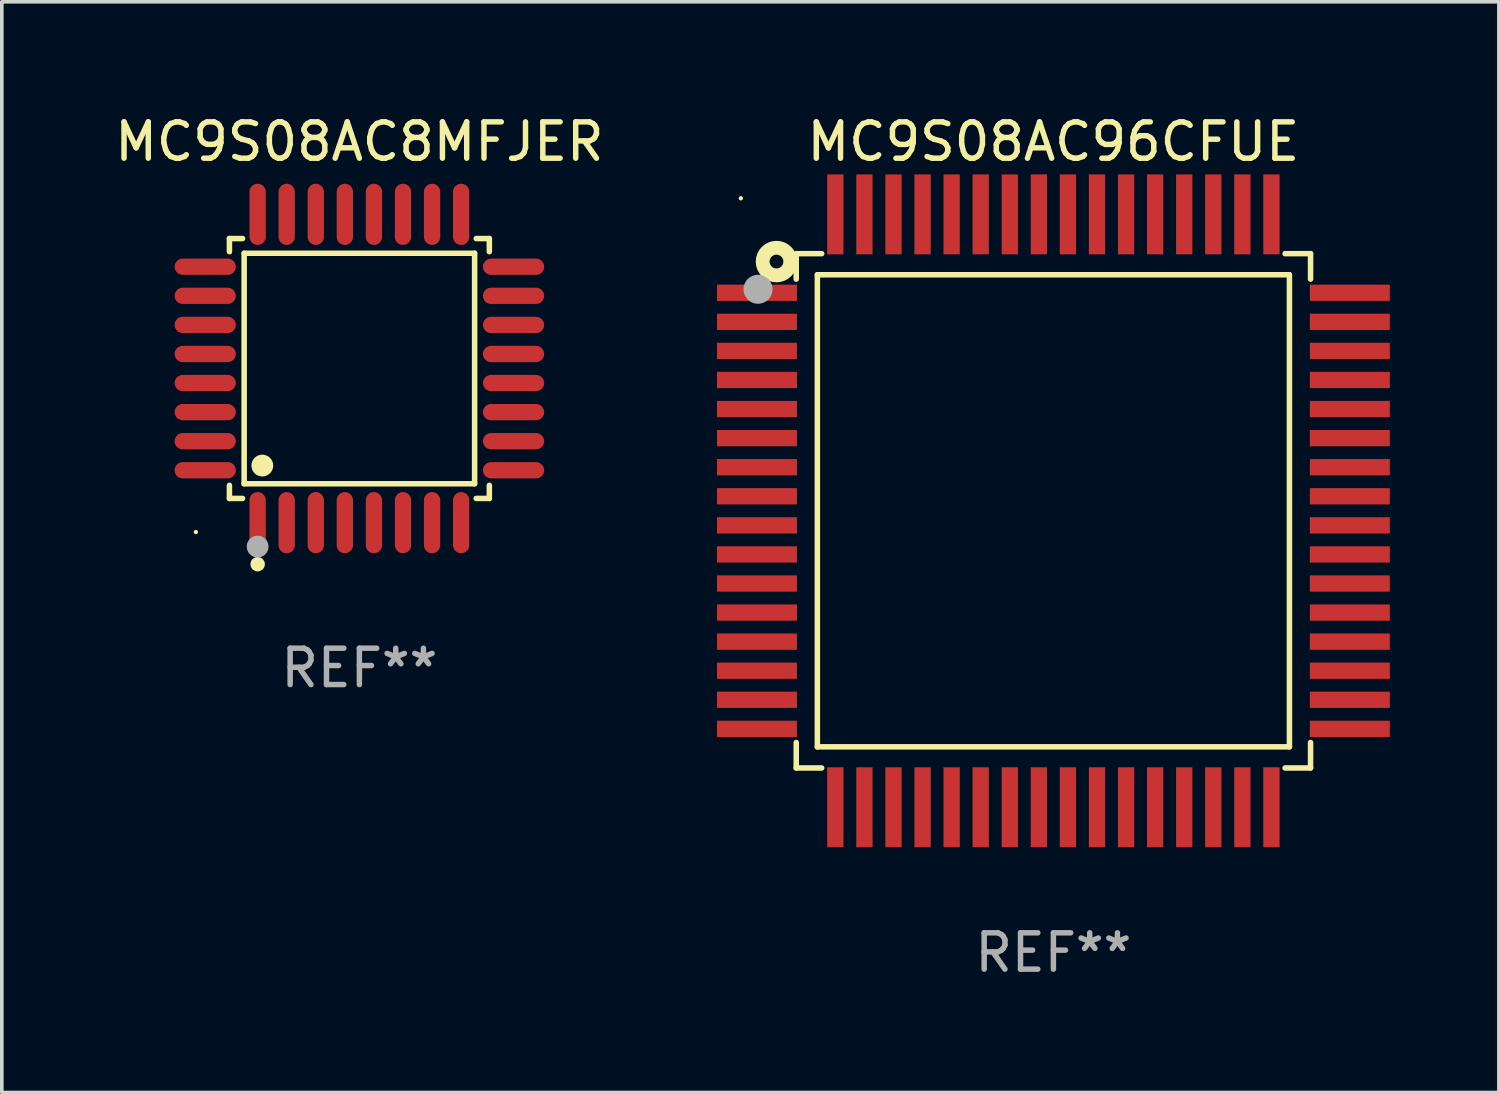
<source format=kicad_pcb>
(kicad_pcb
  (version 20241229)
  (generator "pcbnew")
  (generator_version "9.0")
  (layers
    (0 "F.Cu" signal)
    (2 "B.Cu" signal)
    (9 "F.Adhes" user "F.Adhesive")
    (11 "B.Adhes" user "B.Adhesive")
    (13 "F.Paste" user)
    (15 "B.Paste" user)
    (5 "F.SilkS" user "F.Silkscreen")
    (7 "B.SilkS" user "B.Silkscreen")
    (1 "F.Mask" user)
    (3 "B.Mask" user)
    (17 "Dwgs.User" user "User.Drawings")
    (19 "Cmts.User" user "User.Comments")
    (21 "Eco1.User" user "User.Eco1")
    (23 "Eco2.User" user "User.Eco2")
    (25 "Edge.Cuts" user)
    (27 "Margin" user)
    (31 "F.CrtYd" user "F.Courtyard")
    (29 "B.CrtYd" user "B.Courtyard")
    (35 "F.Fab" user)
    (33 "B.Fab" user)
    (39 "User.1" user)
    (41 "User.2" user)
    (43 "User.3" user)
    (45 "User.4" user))
  (footprint "MC9S08AC96CFUE"
    (layer "F.Cu")
    (at 25.936 11.006)
    (property "Reference" "MC9S08AC96CFUE" (at 0 -10.157 0) (layer "F.SilkS") (effects (font (size 1 1) (thickness 0.15))))
    (attr through_hole)
    (fp_line (start -7.076 -7.076) (end -6.376 -7.076) (stroke (width 0.152) (type solid)) (layer "F.SilkS"))
    (fp_line (start -7.076 -6.376) (end -7.076 -7.076) (stroke (width 0.152) (type solid)) (layer "F.SilkS"))
    (fp_line (start -7.076 6.376) (end -7.076 7.076) (stroke (width 0.152) (type solid)) (layer "F.SilkS"))
    (fp_line (start -7.076 7.076) (end -6.376 7.076) (stroke (width 0.152) (type solid)) (layer "F.SilkS"))
    (fp_line (start -6.495 -6.495) (end 6.495 -6.495) (stroke (width 0.152) (type solid)) (layer "F.SilkS"))
    (fp_line (start -6.495 6.495) (end -6.495 -6.495) (stroke (width 0.152) (type solid)) (layer "F.SilkS"))
    (fp_line (start 6.495 -6.495) (end 6.495 6.495) (stroke (width 0.152) (type solid)) (layer "F.SilkS"))
    (fp_line (start 6.495 6.495) (end -6.495 6.495) (stroke (width 0.152) (type solid)) (layer "F.SilkS"))
    (fp_line (start 7.076 -7.076) (end 6.376 -7.076) (stroke (width 0.152) (type solid)) (layer "F.SilkS"))
    (fp_line (start 7.076 -6.376) (end 7.076 -7.076) (stroke (width 0.152) (type solid)) (layer "F.SilkS"))
    (fp_line (start 7.076 6.376) (end 7.076 7.076) (stroke (width 0.152) (type solid)) (layer "F.SilkS"))
    (fp_line (start 7.076 7.076) (end 6.376 7.076) (stroke (width 0.152) (type solid)) (layer "F.SilkS"))
    (fp_circle (center -8.6 -8.6) (end -8.57 -8.6) (stroke (width 0.06) (type solid)) (fill no) (layer "F.SilkS"))
    (fp_circle (center -7.62 -6.858) (end -7.43 -6.858) (stroke (width 0.381) (type solid)) (fill no) (layer "F.SilkS"))
    (fp_circle (center -8.128 -6.096) (end -7.928 -6.096) (stroke (width 0.4) (type solid)) (fill no) (layer "F.Fab"))
    (fp_text user "REF**" (at 0 12.157 0) (layer "F.Fab") (effects (font (size 1 1) (thickness 0.15))))
    (pad "1" smd rect (at -8.157 -6) (size 2.2 0.448) (layers "F.Cu" "F.Mask" "F.Paste"))
    (pad "2" smd rect (at -8.157 -5.2) (size 2.2 0.448) (layers "F.Cu" "F.Mask" "F.Paste"))
    (pad "3" smd rect (at -8.157 -4.4) (size 2.2 0.448) (layers "F.Cu" "F.Mask" "F.Paste"))
    (pad "4" smd rect (at -8.157 -3.6) (size 2.2 0.448) (layers "F.Cu" "F.Mask" "F.Paste"))
    (pad "5" smd rect (at -8.157 -2.8) (size 2.2 0.448) (layers "F.Cu" "F.Mask" "F.Paste"))
    (pad "6" smd rect (at -8.157 -2) (size 2.2 0.448) (layers "F.Cu" "F.Mask" "F.Paste"))
    (pad "7" smd rect (at -8.157 -1.2) (size 2.2 0.448) (layers "F.Cu" "F.Mask" "F.Paste"))
    (pad "8" smd rect (at -8.157 -0.4) (size 2.2 0.448) (layers "F.Cu" "F.Mask" "F.Paste"))
    (pad "9" smd rect (at -8.157 0.4) (size 2.2 0.448) (layers "F.Cu" "F.Mask" "F.Paste"))
    (pad "10" smd rect (at -8.157 1.2) (size 2.2 0.448) (layers "F.Cu" "F.Mask" "F.Paste"))
    (pad "11" smd rect (at -8.157 2) (size 2.2 0.448) (layers "F.Cu" "F.Mask" "F.Paste"))
    (pad "12" smd rect (at -8.157 2.8) (size 2.2 0.448) (layers "F.Cu" "F.Mask" "F.Paste"))
    (pad "13" smd rect (at -8.157 3.6) (size 2.2 0.448) (layers "F.Cu" "F.Mask" "F.Paste"))
    (pad "14" smd rect (at -8.157 4.4) (size 2.2 0.448) (layers "F.Cu" "F.Mask" "F.Paste"))
    (pad "15" smd rect (at -8.157 5.2) (size 2.2 0.448) (layers "F.Cu" "F.Mask" "F.Paste"))
    (pad "16" smd rect (at -8.157 6) (size 2.2 0.448) (layers "F.Cu" "F.Mask" "F.Paste"))
    (pad "17" smd rect (at -6 8.157) (size 0.448 2.2) (layers "F.Cu" "F.Mask" "F.Paste"))
    (pad "18" smd rect (at -5.2 8.157) (size 0.448 2.2) (layers "F.Cu" "F.Mask" "F.Paste"))
    (pad "19" smd rect (at -4.4 8.157) (size 0.448 2.2) (layers "F.Cu" "F.Mask" "F.Paste"))
    (pad "20" smd rect (at -3.6 8.157) (size 0.448 2.2) (layers "F.Cu" "F.Mask" "F.Paste"))
    (pad "21" smd rect (at -2.8 8.157) (size 0.448 2.2) (layers "F.Cu" "F.Mask" "F.Paste"))
    (pad "22" smd rect (at -2 8.157) (size 0.448 2.2) (layers "F.Cu" "F.Mask" "F.Paste"))
    (pad "23" smd rect (at -1.2 8.157) (size 0.448 2.2) (layers "F.Cu" "F.Mask" "F.Paste"))
    (pad "24" smd rect (at -0.4 8.157) (size 0.448 2.2) (layers "F.Cu" "F.Mask" "F.Paste"))
    (pad "25" smd rect (at 0.4 8.157) (size 0.448 2.2) (layers "F.Cu" "F.Mask" "F.Paste"))
    (pad "26" smd rect (at 1.2 8.157) (size 0.448 2.2) (layers "F.Cu" "F.Mask" "F.Paste"))
    (pad "27" smd rect (at 2 8.157) (size 0.448 2.2) (layers "F.Cu" "F.Mask" "F.Paste"))
    (pad "28" smd rect (at 2.8 8.157) (size 0.448 2.2) (layers "F.Cu" "F.Mask" "F.Paste"))
    (pad "29" smd rect (at 3.6 8.157) (size 0.448 2.2) (layers "F.Cu" "F.Mask" "F.Paste"))
    (pad "30" smd rect (at 4.4 8.157) (size 0.448 2.2) (layers "F.Cu" "F.Mask" "F.Paste"))
    (pad "31" smd rect (at 5.2 8.157) (size 0.448 2.2) (layers "F.Cu" "F.Mask" "F.Paste"))
    (pad "32" smd rect (at 6 8.157) (size 0.448 2.2) (layers "F.Cu" "F.Mask" "F.Paste"))
    (pad "33" smd rect (at 8.157 6) (size 2.2 0.448) (layers "F.Cu" "F.Mask" "F.Paste"))
    (pad "34" smd rect (at 8.157 5.2) (size 2.2 0.448) (layers "F.Cu" "F.Mask" "F.Paste"))
    (pad "35" smd rect (at 8.157 4.4) (size 2.2 0.448) (layers "F.Cu" "F.Mask" "F.Paste"))
    (pad "36" smd rect (at 8.157 3.6) (size 2.2 0.448) (layers "F.Cu" "F.Mask" "F.Paste"))
    (pad "37" smd rect (at 8.157 2.8) (size 2.2 0.448) (layers "F.Cu" "F.Mask" "F.Paste"))
    (pad "38" smd rect (at 8.157 2) (size 2.2 0.448) (layers "F.Cu" "F.Mask" "F.Paste"))
    (pad "39" smd rect (at 8.157 1.2) (size 2.2 0.448) (layers "F.Cu" "F.Mask" "F.Paste"))
    (pad "40" smd rect (at 8.157 0.4) (size 2.2 0.448) (layers "F.Cu" "F.Mask" "F.Paste"))
    (pad "41" smd rect (at 8.157 -0.4) (size 2.2 0.448) (layers "F.Cu" "F.Mask" "F.Paste"))
    (pad "42" smd rect (at 8.157 -1.2) (size 2.2 0.448) (layers "F.Cu" "F.Mask" "F.Paste"))
    (pad "43" smd rect (at 8.157 -2) (size 2.2 0.448) (layers "F.Cu" "F.Mask" "F.Paste"))
    (pad "44" smd rect (at 8.157 -2.8) (size 2.2 0.448) (layers "F.Cu" "F.Mask" "F.Paste"))
    (pad "45" smd rect (at 8.157 -3.6) (size 2.2 0.448) (layers "F.Cu" "F.Mask" "F.Paste"))
    (pad "46" smd rect (at 8.157 -4.4) (size 2.2 0.448) (layers "F.Cu" "F.Mask" "F.Paste"))
    (pad "47" smd rect (at 8.157 -5.2) (size 2.2 0.448) (layers "F.Cu" "F.Mask" "F.Paste"))
    (pad "48" smd rect (at 8.157 -6) (size 2.2 0.448) (layers "F.Cu" "F.Mask" "F.Paste"))
    (pad "49" smd rect (at 6 -8.157) (size 0.448 2.2) (layers "F.Cu" "F.Mask" "F.Paste"))
    (pad "50" smd rect (at 5.2 -8.157) (size 0.448 2.2) (layers "F.Cu" "F.Mask" "F.Paste"))
    (pad "51" smd rect (at 4.4 -8.157) (size 0.448 2.2) (layers "F.Cu" "F.Mask" "F.Paste"))
    (pad "52" smd rect (at 3.6 -8.157) (size 0.448 2.2) (layers "F.Cu" "F.Mask" "F.Paste"))
    (pad "53" smd rect (at 2.8 -8.157) (size 0.448 2.2) (layers "F.Cu" "F.Mask" "F.Paste"))
    (pad "54" smd rect (at 2 -8.157) (size 0.448 2.2) (layers "F.Cu" "F.Mask" "F.Paste"))
    (pad "55" smd rect (at 1.2 -8.157) (size 0.448 2.2) (layers "F.Cu" "F.Mask" "F.Paste"))
    (pad "56" smd rect (at 0.4 -8.157) (size 0.448 2.2) (layers "F.Cu" "F.Mask" "F.Paste"))
    (pad "57" smd rect (at -0.4 -8.157) (size 0.448 2.2) (layers "F.Cu" "F.Mask" "F.Paste"))
    (pad "58" smd rect (at -1.2 -8.157) (size 0.448 2.2) (layers "F.Cu" "F.Mask" "F.Paste"))
    (pad "59" smd rect (at -2 -8.157) (size 0.448 2.2) (layers "F.Cu" "F.Mask" "F.Paste"))
    (pad "60" smd rect (at -2.8 -8.157) (size 0.448 2.2) (layers "F.Cu" "F.Mask" "F.Paste"))
    (pad "61" smd rect (at -3.6 -8.157) (size 0.448 2.2) (layers "F.Cu" "F.Mask" "F.Paste"))
    (pad "62" smd rect (at -4.4 -8.157) (size 0.448 2.2) (layers "F.Cu" "F.Mask" "F.Paste"))
    (pad "63" smd rect (at -5.2 -8.157) (size 0.448 2.2) (layers "F.Cu" "F.Mask" "F.Paste"))
    (pad "64" smd rect (at -6 -8.157) (size 0.448 2.2) (layers "F.Cu" "F.Mask" "F.Paste")))
  (footprint "MC9S08AC8MFJER"
    (layer "F.Cu")
    (at 6.839 7.09)
    (property "Reference" "MC9S08AC8MFJER" (at 0 -6.242 0) (layer "F.SilkS") (effects (font (size 1 1) (thickness 0.15))))
    (attr through_hole)
    (fp_line (start -3.576 -3.576) (end -3.215 -3.576) (stroke (width 0.152) (type solid)) (layer "F.SilkS"))
    (fp_line (start -3.576 -3.215) (end -3.576 -3.576) (stroke (width 0.152) (type solid)) (layer "F.SilkS"))
    (fp_line (start -3.576 3.215) (end -3.576 3.576) (stroke (width 0.152) (type solid)) (layer "F.SilkS"))
    (fp_line (start -3.576 3.576) (end -3.215 3.576) (stroke (width 0.152) (type solid)) (layer "F.SilkS"))
    (fp_line (start -3.171 -3.171) (end 3.171 -3.171) (stroke (width 0.152) (type solid)) (layer "F.SilkS"))
    (fp_line (start -3.171 3.171) (end -3.171 -3.171) (stroke (width 0.152) (type solid)) (layer "F.SilkS"))
    (fp_line (start 3.171 -3.171) (end 3.171 3.171) (stroke (width 0.152) (type solid)) (layer "F.SilkS"))
    (fp_line (start 3.171 3.171) (end -3.171 3.171) (stroke (width 0.152) (type solid)) (layer "F.SilkS"))
    (fp_line (start 3.576 -3.576) (end 3.215 -3.576) (stroke (width 0.152) (type solid)) (layer "F.SilkS"))
    (fp_line (start 3.576 -3.215) (end 3.576 -3.576) (stroke (width 0.152) (type solid)) (layer "F.SilkS"))
    (fp_line (start 3.576 3.215) (end 3.576 3.576) (stroke (width 0.152) (type solid)) (layer "F.SilkS"))
    (fp_line (start 3.576 3.576) (end 3.215 3.576) (stroke (width 0.152) (type solid)) (layer "F.SilkS"))
    (fp_circle (center -4.5 4.5) (end -4.47 4.5) (stroke (width 0.06) (type solid)) (fill no) (layer "F.SilkS"))
    (fp_circle (center -2.8 5.384) (end -2.7 5.384) (stroke (width 0.2) (type solid)) (fill no) (layer "F.SilkS"))
    (fp_circle (center -2.671 2.671) (end -2.521 2.671) (stroke (width 0.3) (type solid)) (fill no) (layer "F.SilkS"))
    (fp_circle (center -2.8 4.9) (end -2.65 4.9) (stroke (width 0.3) (type solid)) (fill no) (layer "F.Fab"))
    (fp_text user "REF**" (at 0 8.242 0) (layer "F.Fab") (effects (font (size 1 1) (thickness 0.15))))
    (pad "1" smd oval (at -2.8 4.242) (size 0.448 1.684) (layers "F.Cu" "F.Mask" "F.Paste"))
    (pad "2" smd oval (at -2 4.242) (size 0.448 1.684) (layers "F.Cu" "F.Mask" "F.Paste"))
    (pad "3" smd oval (at -1.2 4.242) (size 0.448 1.684) (layers "F.Cu" "F.Mask" "F.Paste"))
    (pad "4" smd oval (at -0.4 4.242) (size 0.448 1.684) (layers "F.Cu" "F.Mask" "F.Paste"))
    (pad "5" smd oval (at 0.4 4.242) (size 0.448 1.684) (layers "F.Cu" "F.Mask" "F.Paste"))
    (pad "6" smd oval (at 1.2 4.242) (size 0.448 1.684) (layers "F.Cu" "F.Mask" "F.Paste"))
    (pad "7" smd oval (at 2 4.242) (size 0.448 1.684) (layers "F.Cu" "F.Mask" "F.Paste"))
    (pad "8" smd oval (at 2.8 4.242) (size 0.448 1.684) (layers "F.Cu" "F.Mask" "F.Paste"))
    (pad "9" smd oval (at 4.242 2.8) (size 1.684 0.448) (layers "F.Cu" "F.Mask" "F.Paste"))
    (pad "10" smd oval (at 4.242 2) (size 1.684 0.448) (layers "F.Cu" "F.Mask" "F.Paste"))
    (pad "11" smd oval (at 4.242 1.2) (size 1.684 0.448) (layers "F.Cu" "F.Mask" "F.Paste"))
    (pad "12" smd oval (at 4.242 0.4) (size 1.684 0.448) (layers "F.Cu" "F.Mask" "F.Paste"))
    (pad "13" smd oval (at 4.242 -0.4) (size 1.684 0.448) (layers "F.Cu" "F.Mask" "F.Paste"))
    (pad "14" smd oval (at 4.242 -1.2) (size 1.684 0.448) (layers "F.Cu" "F.Mask" "F.Paste"))
    (pad "15" smd oval (at 4.242 -2) (size 1.684 0.448) (layers "F.Cu" "F.Mask" "F.Paste"))
    (pad "16" smd oval (at 4.242 -2.8) (size 1.684 0.448) (layers "F.Cu" "F.Mask" "F.Paste"))
    (pad "17" smd oval (at 2.8 -4.242) (size 0.448 1.684) (layers "F.Cu" "F.Mask" "F.Paste"))
    (pad "18" smd oval (at 2 -4.242) (size 0.448 1.684) (layers "F.Cu" "F.Mask" "F.Paste"))
    (pad "19" smd oval (at 1.2 -4.242) (size 0.448 1.684) (layers "F.Cu" "F.Mask" "F.Paste"))
    (pad "20" smd oval (at 0.4 -4.242) (size 0.448 1.684) (layers "F.Cu" "F.Mask" "F.Paste"))
    (pad "21" smd oval (at -0.4 -4.242) (size 0.448 1.684) (layers "F.Cu" "F.Mask" "F.Paste"))
    (pad "22" smd oval (at -1.2 -4.242) (size 0.448 1.684) (layers "F.Cu" "F.Mask" "F.Paste"))
    (pad "23" smd oval (at -2 -4.242) (size 0.448 1.684) (layers "F.Cu" "F.Mask" "F.Paste"))
    (pad "24" smd oval (at -2.8 -4.242) (size 0.448 1.684) (layers "F.Cu" "F.Mask" "F.Paste"))
    (pad "25" smd oval (at -4.242 -2.8) (size 1.684 0.448) (layers "F.Cu" "F.Mask" "F.Paste"))
    (pad "26" smd oval (at -4.242 -2) (size 1.684 0.448) (layers "F.Cu" "F.Mask" "F.Paste"))
    (pad "27" smd oval (at -4.242 -1.2) (size 1.684 0.448) (layers "F.Cu" "F.Mask" "F.Paste"))
    (pad "28" smd oval (at -4.242 -0.4) (size 1.684 0.448) (layers "F.Cu" "F.Mask" "F.Paste"))
    (pad "29" smd oval (at -4.242 0.4) (size 1.684 0.448) (layers "F.Cu" "F.Mask" "F.Paste"))
    (pad "30" smd oval (at -4.242 1.2) (size 1.684 0.448) (layers "F.Cu" "F.Mask" "F.Paste"))
    (pad "31" smd oval (at -4.242 2) (size 1.684 0.448) (layers "F.Cu" "F.Mask" "F.Paste"))
    (pad "32" smd oval (at -4.242 2.8) (size 1.684 0.448) (layers "F.Cu" "F.Mask" "F.Paste")))
  (gr_rect
    (start -3 -3)
    (end 38.194 27.011)
    (stroke (width 0.1) (type default))
    (fill no)
    (layer "Edge.Cuts")))
</source>
